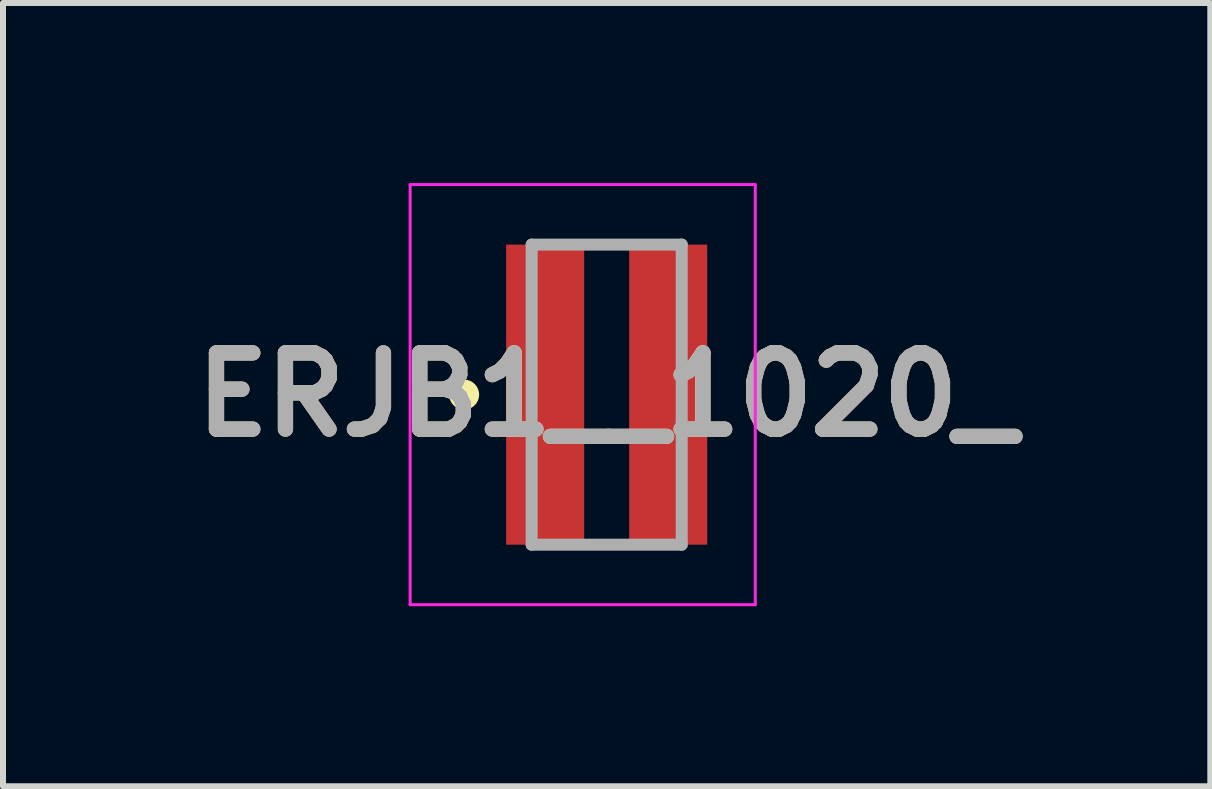
<source format=kicad_pcb>
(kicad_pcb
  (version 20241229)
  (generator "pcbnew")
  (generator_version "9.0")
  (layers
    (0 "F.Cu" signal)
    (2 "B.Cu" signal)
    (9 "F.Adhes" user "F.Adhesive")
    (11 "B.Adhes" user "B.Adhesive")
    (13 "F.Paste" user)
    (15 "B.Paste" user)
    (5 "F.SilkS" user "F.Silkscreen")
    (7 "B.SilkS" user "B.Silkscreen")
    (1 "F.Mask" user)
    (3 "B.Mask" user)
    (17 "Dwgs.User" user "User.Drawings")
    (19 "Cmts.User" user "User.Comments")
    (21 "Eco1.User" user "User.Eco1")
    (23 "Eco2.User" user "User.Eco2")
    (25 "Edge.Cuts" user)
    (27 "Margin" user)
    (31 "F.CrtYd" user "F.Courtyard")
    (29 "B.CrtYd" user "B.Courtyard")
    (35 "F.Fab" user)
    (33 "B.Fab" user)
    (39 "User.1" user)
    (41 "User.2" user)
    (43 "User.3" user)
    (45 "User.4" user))
  (footprint "ERJB1__1020_"
    (layer "F.Cu")
    (at 7.058 3.525)
    (property "Reference" "ERJB1__1020_" (at 0 0 0) (layer "F.SilkS") (effects (font (size 1.27 1.27) (thickness 0.254))))
    (attr smd)
    (fp_circle (center -2.375 0) (end -2.375 0.05) (stroke (width 0.2) (type solid)) (fill no) (layer "F.SilkS"))
    (fp_line (start -3.275 -3.5) (end 2.475 -3.5) (stroke (width 0.05) (type solid)) (layer "F.CrtYd"))
    (fp_line (start -3.275 3.5) (end -3.275 -3.5) (stroke (width 0.05) (type solid)) (layer "F.CrtYd"))
    (fp_line (start 2.475 -3.5) (end 2.475 3.5) (stroke (width 0.05) (type solid)) (layer "F.CrtYd"))
    (fp_line (start 2.475 3.5) (end -3.275 3.5) (stroke (width 0.05) (type solid)) (layer "F.CrtYd"))
    (fp_line (start -1.25 -2.5) (end 1.25 -2.5) (stroke (width 0.2) (type solid)) (layer "F.Fab"))
    (fp_line (start -1.25 2.5) (end -1.25 -2.5) (stroke (width 0.2) (type solid)) (layer "F.Fab"))
    (fp_line (start 1.25 -2.5) (end 1.25 2.5) (stroke (width 0.2) (type solid)) (layer "F.Fab"))
    (fp_line (start 1.25 2.5) (end -1.25 2.5) (stroke (width 0.2) (type solid)) (layer "F.Fab"))
    (fp_text user "${REFERENCE}" (at 0 0 0) (layer "F.Fab") (effects (font (size 1.27 1.27) (thickness 0.254))))
    (pad "1" smd rect (at -1.025 0) (size 1.3 5) (layers "F.Cu" "F.Mask" "F.Paste"))
    (pad "2" smd rect (at 1.025 0) (size 1.3 5) (layers "F.Cu" "F.Mask" "F.Paste")))
  (gr_rect
    (start -3 -3)
    (end 17.115 10.05)
    (stroke (width 0.1) (type default))
    (fill no)
    (layer "Edge.Cuts")))
</source>
